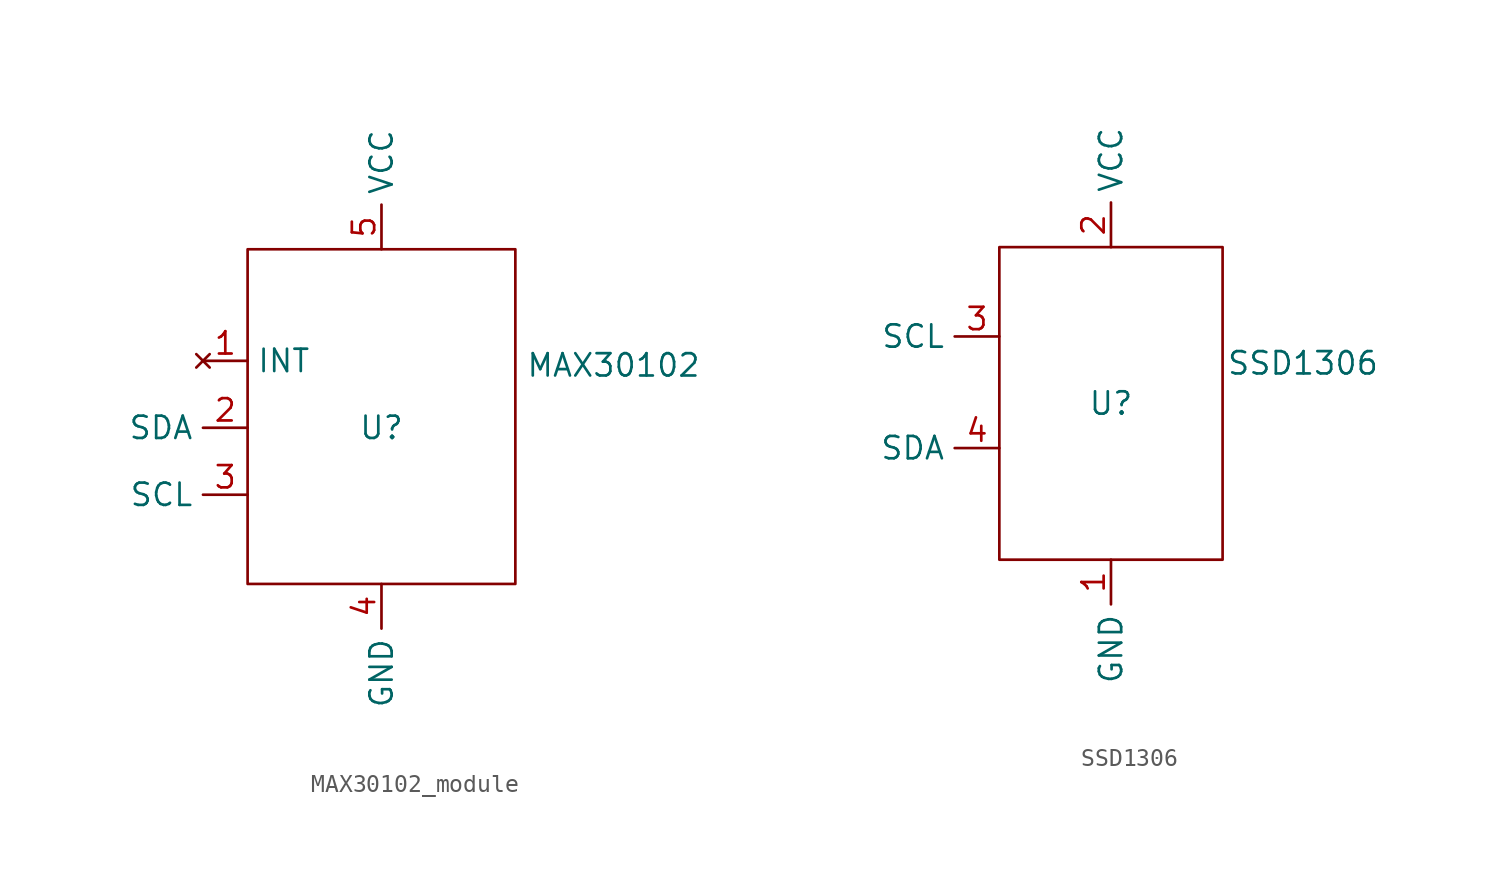
<source format=kicad_sym>
(kicad_symbol_lib
  (version 20241209)
  (generator "kicad_symbol_editor")
  (generator_version "9.0")
  (symbol "MAX30102_module"
    (property "Reference" "U"
      (at 0 0 0)
      (effects (font (size 1.27 1.27))))
    (property "Value" "MAX30102"
      (at 13.208 3.556 0)
      (effects (font (size 1.27 1.27))))
    (symbol "MAX30102_module_0_1"
      (rectangle (start -7.62 10.16) (end 7.62 -8.89) (stroke (width 0) (type default)) (fill (type none))))
    (symbol "MAX30102_module_1_1"
      (pin no_connect line (at -10.16 3.81 0) (length 2.54) (name "INT" (effects (font (size 1.27 1.27)))) (number "1" (effects (font (size 1.27 1.27)))))
      (pin bidirectional line (at -7.62 0 180) (length 2.54) (name "SDA" (effects (font (size 1.27 1.27)))) (number "2" (effects (font (size 1.27 1.27)))))
      (pin input line (at -7.62 -3.81 180) (length 2.54) (name "SCL" (effects (font (size 1.27 1.27)))) (number "3" (effects (font (size 1.27 1.27)))))
      (pin power_in line (at 0 10.16 90) (length 2.54) (name "VCC" (effects (font (size 1.27 1.27)))) (number "5" (effects (font (size 1.27 1.27)))))
      (pin power_in line (at 0 -8.89 270) (length 2.54) (name "GND" (effects (font (size 1.27 1.27)))) (number "4" (effects (font (size 1.27 1.27)))))))
  (symbol "SSD1306"
    (property "Reference" "U"
      (at 0 0 0)
      (effects (font (size 1.27 1.27))))
    (property "Value" "SSD1306"
      (at 10.922 2.286 0)
      (effects (font (size 1.27 1.27))))
    (symbol "SSD1306_0_1"
      (rectangle (start -6.35 8.89) (end 6.35 -8.89) (stroke (width 0) (type default)) (fill (type none))))
    (symbol "SSD1306_1_1"
      (pin input line (at -6.35 3.81 180) (length 2.54) (name "SCL" (effects (font (size 1.27 1.27)))) (number "3" (effects (font (size 1.27 1.27)))))
      (pin bidirectional line (at -6.35 -2.54 180) (length 2.54) (name "SDA" (effects (font (size 1.27 1.27)))) (number "4" (effects (font (size 1.27 1.27)))))
      (pin power_in line (at 0 8.89 90) (length 2.54) (name "VCC" (effects (font (size 1.27 1.27)))) (number "2" (effects (font (size 1.27 1.27)))))
      (pin power_in line (at 0 -8.89 270) (length 2.54) (name "GND" (effects (font (size 1.27 1.27)))) (number "1" (effects (font (size 1.27 1.27))))))))
</source>
